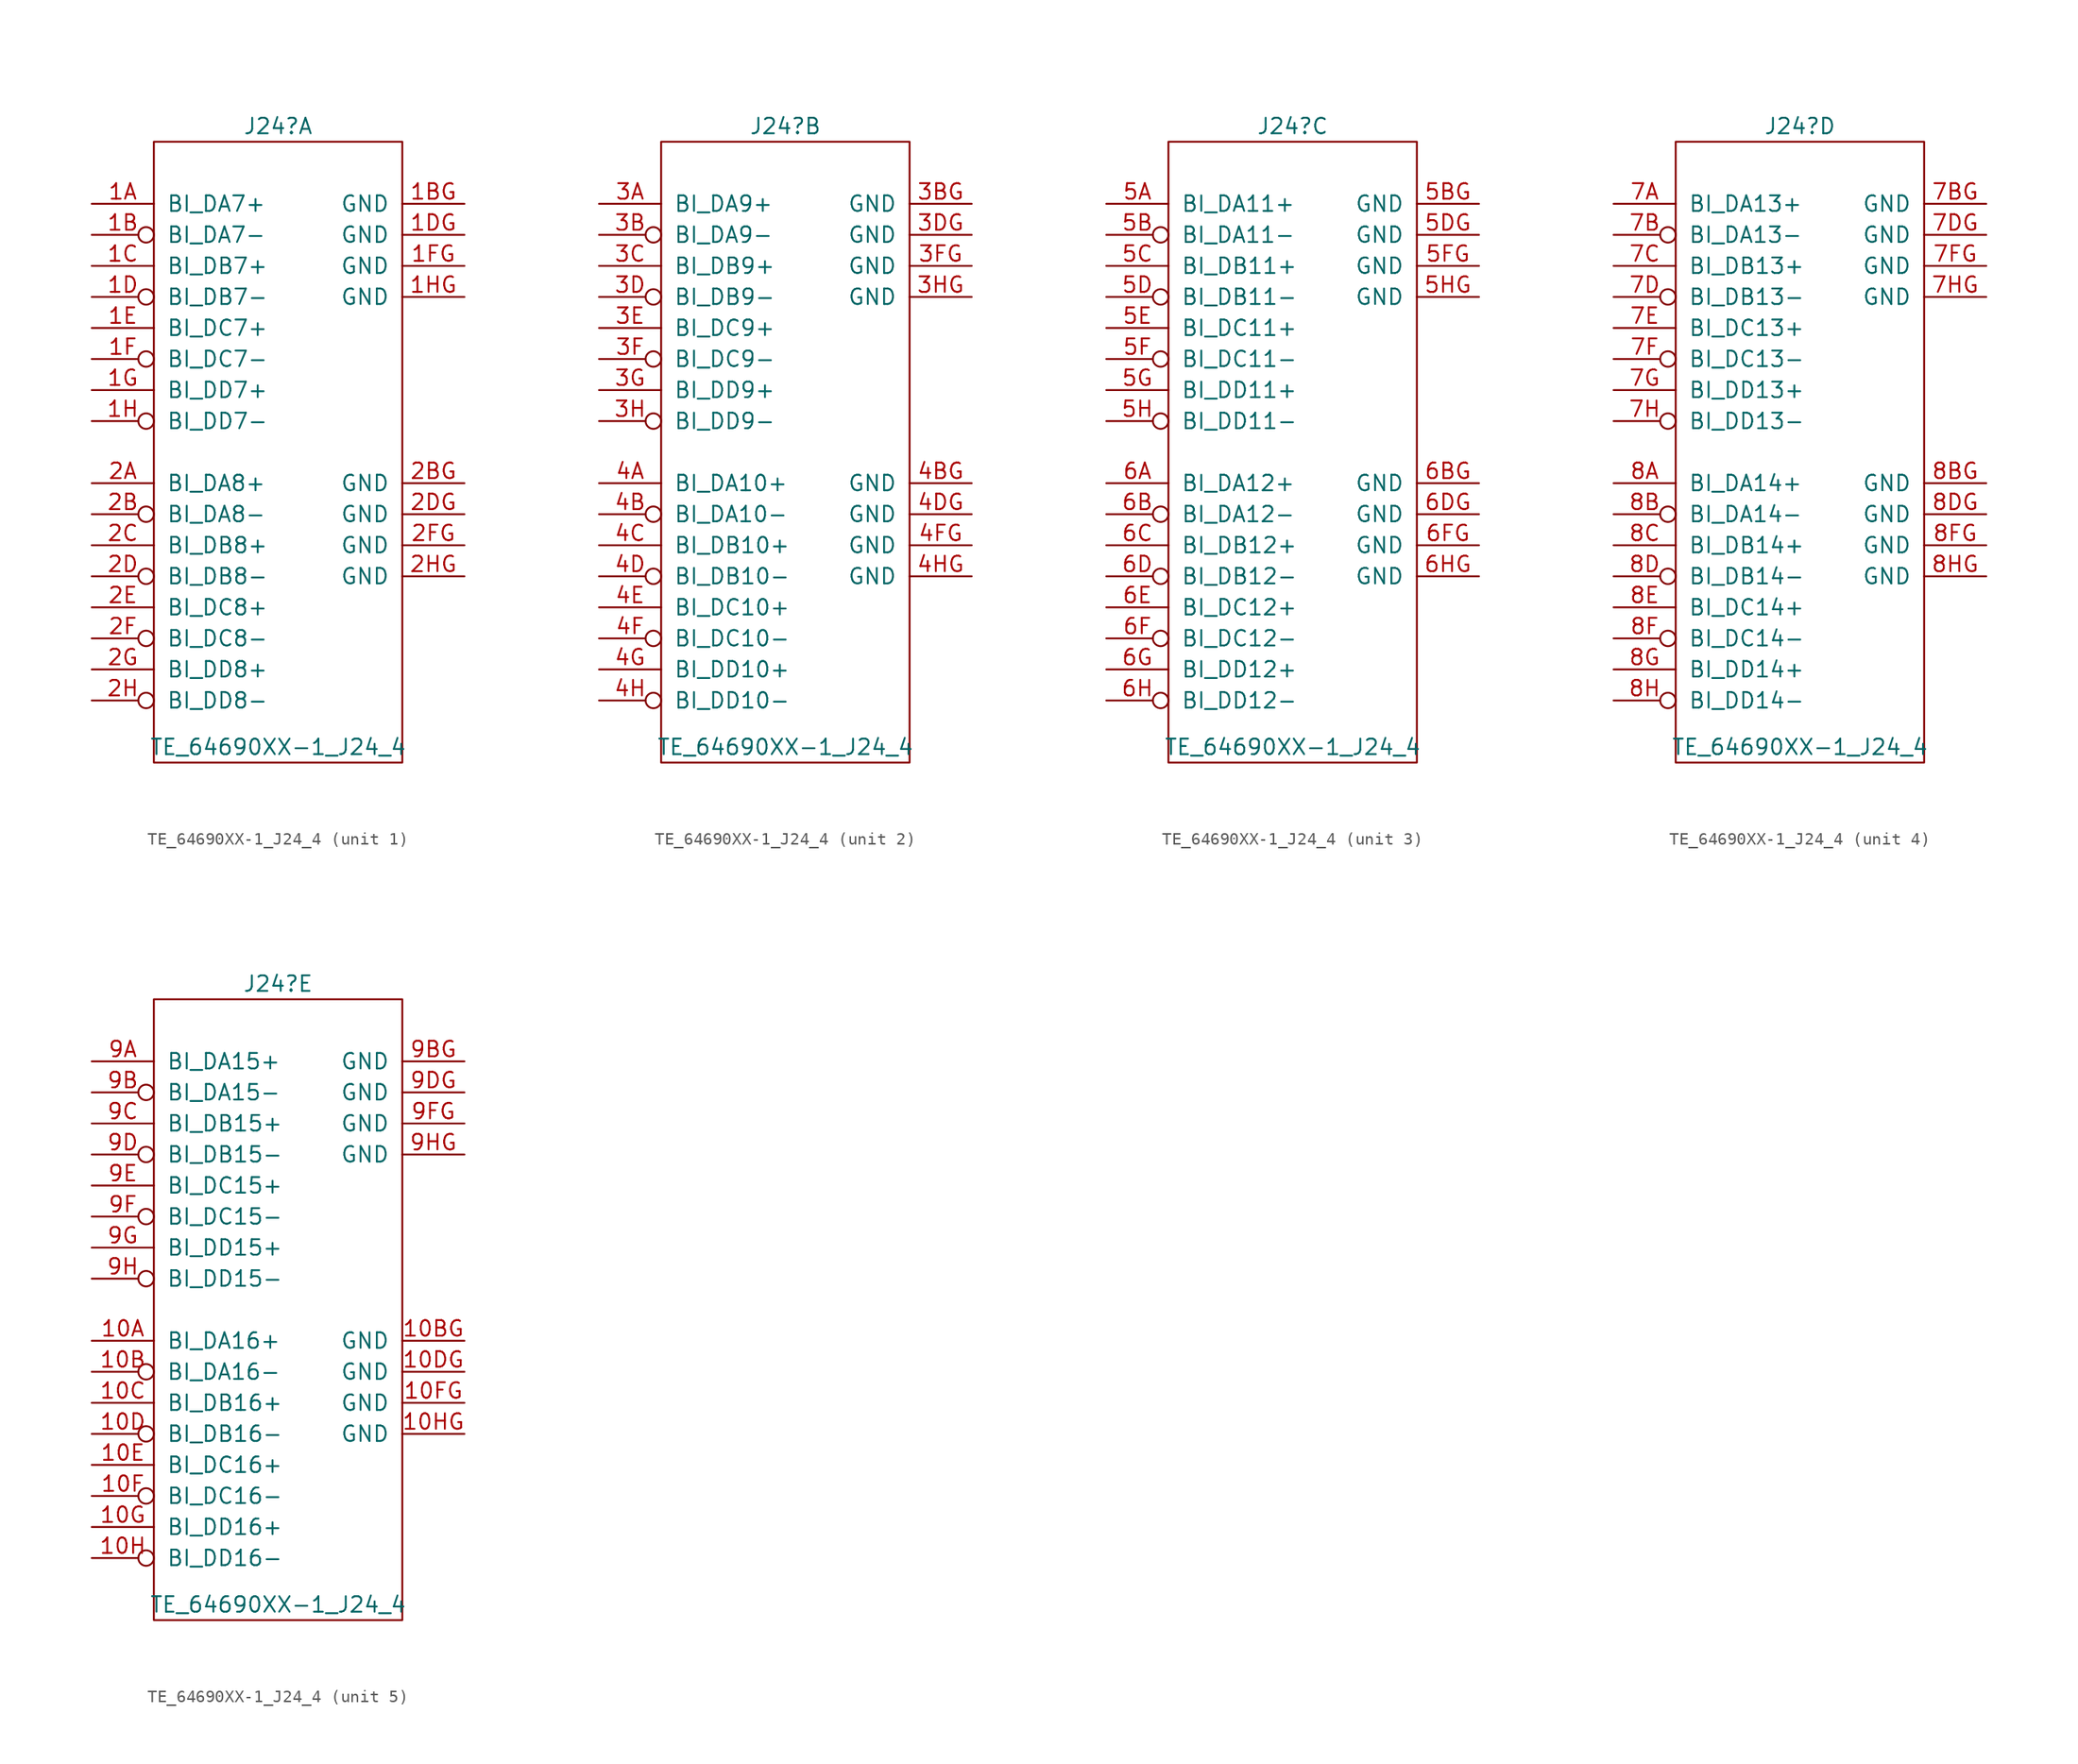
<source format=kicad_sym>
(kicad_symbol_lib
  (version 20220914)
  (generator kicad_symbol_editor)
  (symbol "TE_64690XX-1_J24_4"
    (pin_names
      (offset 1.016))
    (property "Reference" "J24"
      (at 0 26.67 0)
      (effects (font (size 1.27 1.27))))
    (property "Value" "TE_64690XX-1_J24_4"
      (at 0 -24.13 0)
      (effects (font (size 1.27 1.27))))
    (property "ki_locked" ""
      (at 0 0 0)
      (effects (font (size 1.27 1.27))))
    (symbol "TE_64690XX-1_J24_4_1_1"
      (rectangle (start -10.16 25.4) (end 10.16 -25.4) (stroke (width 0) (type default)) (fill (type none)))
      (pin bidirectional line (at -15.24 20.32 0) (length 5.08) (name "BI_DA7+" (effects (font (size 1.27 1.27)))) (number "1A" (effects (font (size 1.27 1.27)))))
      (pin bidirectional inverted (at -15.24 17.78 0) (length 5.08) (name "BI_DA7-" (effects (font (size 1.27 1.27)))) (number "1B" (effects (font (size 1.27 1.27)))))
      (pin passive line (at 15.24 20.32 180) (length 5.08) (name "GND" (effects (font (size 1.27 1.27)))) (number "1BG" (effects (font (size 1.27 1.27)))))
      (pin bidirectional line (at -15.24 15.24 0) (length 5.08) (name "BI_DB7+" (effects (font (size 1.27 1.27)))) (number "1C" (effects (font (size 1.27 1.27)))))
      (pin bidirectional inverted (at -15.24 12.7 0) (length 5.08) (name "BI_DB7-" (effects (font (size 1.27 1.27)))) (number "1D" (effects (font (size 1.27 1.27)))))
      (pin passive line (at 15.24 17.78 180) (length 5.08) (name "GND" (effects (font (size 1.27 1.27)))) (number "1DG" (effects (font (size 1.27 1.27)))))
      (pin bidirectional line (at -15.24 10.16 0) (length 5.08) (name "BI_DC7+" (effects (font (size 1.27 1.27)))) (number "1E" (effects (font (size 1.27 1.27)))))
      (pin bidirectional inverted (at -15.24 7.62 0) (length 5.08) (name "BI_DC7-" (effects (font (size 1.27 1.27)))) (number "1F" (effects (font (size 1.27 1.27)))))
      (pin passive line (at 15.24 15.24 180) (length 5.08) (name "GND" (effects (font (size 1.27 1.27)))) (number "1FG" (effects (font (size 1.27 1.27)))))
      (pin bidirectional line (at -15.24 5.08 0) (length 5.08) (name "BI_DD7+" (effects (font (size 1.27 1.27)))) (number "1G" (effects (font (size 1.27 1.27)))))
      (pin bidirectional inverted (at -15.24 2.54 0) (length 5.08) (name "BI_DD7-" (effects (font (size 1.27 1.27)))) (number "1H" (effects (font (size 1.27 1.27)))))
      (pin passive line (at 15.24 12.7 180) (length 5.08) (name "GND" (effects (font (size 1.27 1.27)))) (number "1HG" (effects (font (size 1.27 1.27)))))
      (pin bidirectional line (at -15.24 -2.54 0) (length 5.08) (name "BI_DA8+" (effects (font (size 1.27 1.27)))) (number "2A" (effects (font (size 1.27 1.27)))))
      (pin bidirectional inverted (at -15.24 -5.08 0) (length 5.08) (name "BI_DA8-" (effects (font (size 1.27 1.27)))) (number "2B" (effects (font (size 1.27 1.27)))))
      (pin passive line (at 15.24 -2.54 180) (length 5.08) (name "GND" (effects (font (size 1.27 1.27)))) (number "2BG" (effects (font (size 1.27 1.27)))))
      (pin bidirectional line (at -15.24 -7.62 0) (length 5.08) (name "BI_DB8+" (effects (font (size 1.27 1.27)))) (number "2C" (effects (font (size 1.27 1.27)))))
      (pin bidirectional inverted (at -15.24 -10.16 0) (length 5.08) (name "BI_DB8-" (effects (font (size 1.27 1.27)))) (number "2D" (effects (font (size 1.27 1.27)))))
      (pin passive line (at 15.24 -5.08 180) (length 5.08) (name "GND" (effects (font (size 1.27 1.27)))) (number "2DG" (effects (font (size 1.27 1.27)))))
      (pin bidirectional line (at -15.24 -12.7 0) (length 5.08) (name "BI_DC8+" (effects (font (size 1.27 1.27)))) (number "2E" (effects (font (size 1.27 1.27)))))
      (pin bidirectional inverted (at -15.24 -15.24 0) (length 5.08) (name "BI_DC8-" (effects (font (size 1.27 1.27)))) (number "2F" (effects (font (size 1.27 1.27)))))
      (pin passive line (at 15.24 -7.62 180) (length 5.08) (name "GND" (effects (font (size 1.27 1.27)))) (number "2FG" (effects (font (size 1.27 1.27)))))
      (pin bidirectional line (at -15.24 -17.78 0) (length 5.08) (name "BI_DD8+" (effects (font (size 1.27 1.27)))) (number "2G" (effects (font (size 1.27 1.27)))))
      (pin bidirectional inverted (at -15.24 -20.32 0) (length 5.08) (name "BI_DD8-" (effects (font (size 1.27 1.27)))) (number "2H" (effects (font (size 1.27 1.27)))))
      (pin passive line (at 15.24 -10.16 180) (length 5.08) (name "GND" (effects (font (size 1.27 1.27)))) (number "2HG" (effects (font (size 1.27 1.27))))))
    (symbol "TE_64690XX-1_J24_4_2_1"
      (rectangle (start -10.16 25.4) (end 10.16 -25.4) (stroke (width 0) (type default)) (fill (type none)))
      (pin bidirectional line (at -15.24 20.32 0) (length 5.08) (name "BI_DA9+" (effects (font (size 1.27 1.27)))) (number "3A" (effects (font (size 1.27 1.27)))))
      (pin bidirectional inverted (at -15.24 17.78 0) (length 5.08) (name "BI_DA9-" (effects (font (size 1.27 1.27)))) (number "3B" (effects (font (size 1.27 1.27)))))
      (pin passive line (at 15.24 20.32 180) (length 5.08) (name "GND" (effects (font (size 1.27 1.27)))) (number "3BG" (effects (font (size 1.27 1.27)))))
      (pin bidirectional line (at -15.24 15.24 0) (length 5.08) (name "BI_DB9+" (effects (font (size 1.27 1.27)))) (number "3C" (effects (font (size 1.27 1.27)))))
      (pin bidirectional inverted (at -15.24 12.7 0) (length 5.08) (name "BI_DB9-" (effects (font (size 1.27 1.27)))) (number "3D" (effects (font (size 1.27 1.27)))))
      (pin passive line (at 15.24 17.78 180) (length 5.08) (name "GND" (effects (font (size 1.27 1.27)))) (number "3DG" (effects (font (size 1.27 1.27)))))
      (pin bidirectional line (at -15.24 10.16 0) (length 5.08) (name "BI_DC9+" (effects (font (size 1.27 1.27)))) (number "3E" (effects (font (size 1.27 1.27)))))
      (pin bidirectional inverted (at -15.24 7.62 0) (length 5.08) (name "BI_DC9-" (effects (font (size 1.27 1.27)))) (number "3F" (effects (font (size 1.27 1.27)))))
      (pin passive line (at 15.24 15.24 180) (length 5.08) (name "GND" (effects (font (size 1.27 1.27)))) (number "3FG" (effects (font (size 1.27 1.27)))))
      (pin bidirectional line (at -15.24 5.08 0) (length 5.08) (name "BI_DD9+" (effects (font (size 1.27 1.27)))) (number "3G" (effects (font (size 1.27 1.27)))))
      (pin bidirectional inverted (at -15.24 2.54 0) (length 5.08) (name "BI_DD9-" (effects (font (size 1.27 1.27)))) (number "3H" (effects (font (size 1.27 1.27)))))
      (pin passive line (at 15.24 12.7 180) (length 5.08) (name "GND" (effects (font (size 1.27 1.27)))) (number "3HG" (effects (font (size 1.27 1.27)))))
      (pin bidirectional line (at -15.24 -2.54 0) (length 5.08) (name "BI_DA10+" (effects (font (size 1.27 1.27)))) (number "4A" (effects (font (size 1.27 1.27)))))
      (pin bidirectional inverted (at -15.24 -5.08 0) (length 5.08) (name "BI_DA10-" (effects (font (size 1.27 1.27)))) (number "4B" (effects (font (size 1.27 1.27)))))
      (pin passive line (at 15.24 -2.54 180) (length 5.08) (name "GND" (effects (font (size 1.27 1.27)))) (number "4BG" (effects (font (size 1.27 1.27)))))
      (pin bidirectional line (at -15.24 -7.62 0) (length 5.08) (name "BI_DB10+" (effects (font (size 1.27 1.27)))) (number "4C" (effects (font (size 1.27 1.27)))))
      (pin bidirectional inverted (at -15.24 -10.16 0) (length 5.08) (name "BI_DB10-" (effects (font (size 1.27 1.27)))) (number "4D" (effects (font (size 1.27 1.27)))))
      (pin passive line (at 15.24 -5.08 180) (length 5.08) (name "GND" (effects (font (size 1.27 1.27)))) (number "4DG" (effects (font (size 1.27 1.27)))))
      (pin bidirectional line (at -15.24 -12.7 0) (length 5.08) (name "BI_DC10+" (effects (font (size 1.27 1.27)))) (number "4E" (effects (font (size 1.27 1.27)))))
      (pin bidirectional inverted (at -15.24 -15.24 0) (length 5.08) (name "BI_DC10-" (effects (font (size 1.27 1.27)))) (number "4F" (effects (font (size 1.27 1.27)))))
      (pin passive line (at 15.24 -7.62 180) (length 5.08) (name "GND" (effects (font (size 1.27 1.27)))) (number "4FG" (effects (font (size 1.27 1.27)))))
      (pin bidirectional line (at -15.24 -17.78 0) (length 5.08) (name "BI_DD10+" (effects (font (size 1.27 1.27)))) (number "4G" (effects (font (size 1.27 1.27)))))
      (pin bidirectional inverted (at -15.24 -20.32 0) (length 5.08) (name "BI_DD10-" (effects (font (size 1.27 1.27)))) (number "4H" (effects (font (size 1.27 1.27)))))
      (pin passive line (at 15.24 -10.16 180) (length 5.08) (name "GND" (effects (font (size 1.27 1.27)))) (number "4HG" (effects (font (size 1.27 1.27))))))
    (symbol "TE_64690XX-1_J24_4_3_1"
      (rectangle (start -10.16 25.4) (end 10.16 -25.4) (stroke (width 0) (type default)) (fill (type none)))
      (pin bidirectional line (at -15.24 20.32 0) (length 5.08) (name "BI_DA11+" (effects (font (size 1.27 1.27)))) (number "5A" (effects (font (size 1.27 1.27)))))
      (pin bidirectional inverted (at -15.24 17.78 0) (length 5.08) (name "BI_DA11-" (effects (font (size 1.27 1.27)))) (number "5B" (effects (font (size 1.27 1.27)))))
      (pin passive line (at 15.24 20.32 180) (length 5.08) (name "GND" (effects (font (size 1.27 1.27)))) (number "5BG" (effects (font (size 1.27 1.27)))))
      (pin bidirectional line (at -15.24 15.24 0) (length 5.08) (name "BI_DB11+" (effects (font (size 1.27 1.27)))) (number "5C" (effects (font (size 1.27 1.27)))))
      (pin bidirectional inverted (at -15.24 12.7 0) (length 5.08) (name "BI_DB11-" (effects (font (size 1.27 1.27)))) (number "5D" (effects (font (size 1.27 1.27)))))
      (pin passive line (at 15.24 17.78 180) (length 5.08) (name "GND" (effects (font (size 1.27 1.27)))) (number "5DG" (effects (font (size 1.27 1.27)))))
      (pin bidirectional line (at -15.24 10.16 0) (length 5.08) (name "BI_DC11+" (effects (font (size 1.27 1.27)))) (number "5E" (effects (font (size 1.27 1.27)))))
      (pin bidirectional inverted (at -15.24 7.62 0) (length 5.08) (name "BI_DC11-" (effects (font (size 1.27 1.27)))) (number "5F" (effects (font (size 1.27 1.27)))))
      (pin passive line (at 15.24 15.24 180) (length 5.08) (name "GND" (effects (font (size 1.27 1.27)))) (number "5FG" (effects (font (size 1.27 1.27)))))
      (pin bidirectional line (at -15.24 5.08 0) (length 5.08) (name "BI_DD11+" (effects (font (size 1.27 1.27)))) (number "5G" (effects (font (size 1.27 1.27)))))
      (pin bidirectional inverted (at -15.24 2.54 0) (length 5.08) (name "BI_DD11-" (effects (font (size 1.27 1.27)))) (number "5H" (effects (font (size 1.27 1.27)))))
      (pin passive line (at 15.24 12.7 180) (length 5.08) (name "GND" (effects (font (size 1.27 1.27)))) (number "5HG" (effects (font (size 1.27 1.27)))))
      (pin bidirectional line (at -15.24 -2.54 0) (length 5.08) (name "BI_DA12+" (effects (font (size 1.27 1.27)))) (number "6A" (effects (font (size 1.27 1.27)))))
      (pin bidirectional inverted (at -15.24 -5.08 0) (length 5.08) (name "BI_DA12-" (effects (font (size 1.27 1.27)))) (number "6B" (effects (font (size 1.27 1.27)))))
      (pin passive line (at 15.24 -2.54 180) (length 5.08) (name "GND" (effects (font (size 1.27 1.27)))) (number "6BG" (effects (font (size 1.27 1.27)))))
      (pin bidirectional line (at -15.24 -7.62 0) (length 5.08) (name "BI_DB12+" (effects (font (size 1.27 1.27)))) (number "6C" (effects (font (size 1.27 1.27)))))
      (pin bidirectional inverted (at -15.24 -10.16 0) (length 5.08) (name "BI_DB12-" (effects (font (size 1.27 1.27)))) (number "6D" (effects (font (size 1.27 1.27)))))
      (pin passive line (at 15.24 -5.08 180) (length 5.08) (name "GND" (effects (font (size 1.27 1.27)))) (number "6DG" (effects (font (size 1.27 1.27)))))
      (pin bidirectional line (at -15.24 -12.7 0) (length 5.08) (name "BI_DC12+" (effects (font (size 1.27 1.27)))) (number "6E" (effects (font (size 1.27 1.27)))))
      (pin bidirectional inverted (at -15.24 -15.24 0) (length 5.08) (name "BI_DC12-" (effects (font (size 1.27 1.27)))) (number "6F" (effects (font (size 1.27 1.27)))))
      (pin passive line (at 15.24 -7.62 180) (length 5.08) (name "GND" (effects (font (size 1.27 1.27)))) (number "6FG" (effects (font (size 1.27 1.27)))))
      (pin bidirectional line (at -15.24 -17.78 0) (length 5.08) (name "BI_DD12+" (effects (font (size 1.27 1.27)))) (number "6G" (effects (font (size 1.27 1.27)))))
      (pin bidirectional inverted (at -15.24 -20.32 0) (length 5.08) (name "BI_DD12-" (effects (font (size 1.27 1.27)))) (number "6H" (effects (font (size 1.27 1.27)))))
      (pin passive line (at 15.24 -10.16 180) (length 5.08) (name "GND" (effects (font (size 1.27 1.27)))) (number "6HG" (effects (font (size 1.27 1.27))))))
    (symbol "TE_64690XX-1_J24_4_4_1"
      (rectangle (start -10.16 25.4) (end 10.16 -25.4) (stroke (width 0) (type default)) (fill (type none)))
      (pin bidirectional line (at -15.24 20.32 0) (length 5.08) (name "BI_DA13+" (effects (font (size 1.27 1.27)))) (number "7A" (effects (font (size 1.27 1.27)))))
      (pin bidirectional inverted (at -15.24 17.78 0) (length 5.08) (name "BI_DA13-" (effects (font (size 1.27 1.27)))) (number "7B" (effects (font (size 1.27 1.27)))))
      (pin passive line (at 15.24 20.32 180) (length 5.08) (name "GND" (effects (font (size 1.27 1.27)))) (number "7BG" (effects (font (size 1.27 1.27)))))
      (pin bidirectional line (at -15.24 15.24 0) (length 5.08) (name "BI_DB13+" (effects (font (size 1.27 1.27)))) (number "7C" (effects (font (size 1.27 1.27)))))
      (pin bidirectional inverted (at -15.24 12.7 0) (length 5.08) (name "BI_DB13-" (effects (font (size 1.27 1.27)))) (number "7D" (effects (font (size 1.27 1.27)))))
      (pin passive line (at 15.24 17.78 180) (length 5.08) (name "GND" (effects (font (size 1.27 1.27)))) (number "7DG" (effects (font (size 1.27 1.27)))))
      (pin bidirectional line (at -15.24 10.16 0) (length 5.08) (name "BI_DC13+" (effects (font (size 1.27 1.27)))) (number "7E" (effects (font (size 1.27 1.27)))))
      (pin bidirectional inverted (at -15.24 7.62 0) (length 5.08) (name "BI_DC13-" (effects (font (size 1.27 1.27)))) (number "7F" (effects (font (size 1.27 1.27)))))
      (pin passive line (at 15.24 15.24 180) (length 5.08) (name "GND" (effects (font (size 1.27 1.27)))) (number "7FG" (effects (font (size 1.27 1.27)))))
      (pin bidirectional line (at -15.24 5.08 0) (length 5.08) (name "BI_DD13+" (effects (font (size 1.27 1.27)))) (number "7G" (effects (font (size 1.27 1.27)))))
      (pin bidirectional inverted (at -15.24 2.54 0) (length 5.08) (name "BI_DD13-" (effects (font (size 1.27 1.27)))) (number "7H" (effects (font (size 1.27 1.27)))))
      (pin passive line (at 15.24 12.7 180) (length 5.08) (name "GND" (effects (font (size 1.27 1.27)))) (number "7HG" (effects (font (size 1.27 1.27)))))
      (pin bidirectional line (at -15.24 -2.54 0) (length 5.08) (name "BI_DA14+" (effects (font (size 1.27 1.27)))) (number "8A" (effects (font (size 1.27 1.27)))))
      (pin bidirectional inverted (at -15.24 -5.08 0) (length 5.08) (name "BI_DA14-" (effects (font (size 1.27 1.27)))) (number "8B" (effects (font (size 1.27 1.27)))))
      (pin passive line (at 15.24 -2.54 180) (length 5.08) (name "GND" (effects (font (size 1.27 1.27)))) (number "8BG" (effects (font (size 1.27 1.27)))))
      (pin bidirectional line (at -15.24 -7.62 0) (length 5.08) (name "BI_DB14+" (effects (font (size 1.27 1.27)))) (number "8C" (effects (font (size 1.27 1.27)))))
      (pin bidirectional inverted (at -15.24 -10.16 0) (length 5.08) (name "BI_DB14-" (effects (font (size 1.27 1.27)))) (number "8D" (effects (font (size 1.27 1.27)))))
      (pin passive line (at 15.24 -5.08 180) (length 5.08) (name "GND" (effects (font (size 1.27 1.27)))) (number "8DG" (effects (font (size 1.27 1.27)))))
      (pin bidirectional line (at -15.24 -12.7 0) (length 5.08) (name "BI_DC14+" (effects (font (size 1.27 1.27)))) (number "8E" (effects (font (size 1.27 1.27)))))
      (pin bidirectional inverted (at -15.24 -15.24 0) (length 5.08) (name "BI_DC14-" (effects (font (size 1.27 1.27)))) (number "8F" (effects (font (size 1.27 1.27)))))
      (pin passive line (at 15.24 -7.62 180) (length 5.08) (name "GND" (effects (font (size 1.27 1.27)))) (number "8FG" (effects (font (size 1.27 1.27)))))
      (pin bidirectional line (at -15.24 -17.78 0) (length 5.08) (name "BI_DD14+" (effects (font (size 1.27 1.27)))) (number "8G" (effects (font (size 1.27 1.27)))))
      (pin bidirectional inverted (at -15.24 -20.32 0) (length 5.08) (name "BI_DD14-" (effects (font (size 1.27 1.27)))) (number "8H" (effects (font (size 1.27 1.27)))))
      (pin passive line (at 15.24 -10.16 180) (length 5.08) (name "GND" (effects (font (size 1.27 1.27)))) (number "8HG" (effects (font (size 1.27 1.27))))))
    (symbol "TE_64690XX-1_J24_4_5_1"
      (rectangle (start -10.16 25.4) (end 10.16 -25.4) (stroke (width 0) (type default)) (fill (type none)))
      (pin bidirectional line (at -15.24 -2.54 0) (length 5.08) (name "BI_DA16+" (effects (font (size 1.27 1.27)))) (number "10A" (effects (font (size 1.27 1.27)))))
      (pin bidirectional inverted (at -15.24 -5.08 0) (length 5.08) (name "BI_DA16-" (effects (font (size 1.27 1.27)))) (number "10B" (effects (font (size 1.27 1.27)))))
      (pin passive line (at 15.24 -2.54 180) (length 5.08) (name "GND" (effects (font (size 1.27 1.27)))) (number "10BG" (effects (font (size 1.27 1.27)))))
      (pin bidirectional line (at -15.24 -7.62 0) (length 5.08) (name "BI_DB16+" (effects (font (size 1.27 1.27)))) (number "10C" (effects (font (size 1.27 1.27)))))
      (pin bidirectional inverted (at -15.24 -10.16 0) (length 5.08) (name "BI_DB16-" (effects (font (size 1.27 1.27)))) (number "10D" (effects (font (size 1.27 1.27)))))
      (pin passive line (at 15.24 -5.08 180) (length 5.08) (name "GND" (effects (font (size 1.27 1.27)))) (number "10DG" (effects (font (size 1.27 1.27)))))
      (pin bidirectional line (at -15.24 -12.7 0) (length 5.08) (name "BI_DC16+" (effects (font (size 1.27 1.27)))) (number "10E" (effects (font (size 1.27 1.27)))))
      (pin bidirectional inverted (at -15.24 -15.24 0) (length 5.08) (name "BI_DC16-" (effects (font (size 1.27 1.27)))) (number "10F" (effects (font (size 1.27 1.27)))))
      (pin passive line (at 15.24 -7.62 180) (length 5.08) (name "GND" (effects (font (size 1.27 1.27)))) (number "10FG" (effects (font (size 1.27 1.27)))))
      (pin bidirectional line (at -15.24 -17.78 0) (length 5.08) (name "BI_DD16+" (effects (font (size 1.27 1.27)))) (number "10G" (effects (font (size 1.27 1.27)))))
      (pin bidirectional inverted (at -15.24 -20.32 0) (length 5.08) (name "BI_DD16-" (effects (font (size 1.27 1.27)))) (number "10H" (effects (font (size 1.27 1.27)))))
      (pin passive line (at 15.24 -10.16 180) (length 5.08) (name "GND" (effects (font (size 1.27 1.27)))) (number "10HG" (effects (font (size 1.27 1.27)))))
      (pin bidirectional line (at -15.24 20.32 0) (length 5.08) (name "BI_DA15+" (effects (font (size 1.27 1.27)))) (number "9A" (effects (font (size 1.27 1.27)))))
      (pin bidirectional inverted (at -15.24 17.78 0) (length 5.08) (name "BI_DA15-" (effects (font (size 1.27 1.27)))) (number "9B" (effects (font (size 1.27 1.27)))))
      (pin passive line (at 15.24 20.32 180) (length 5.08) (name "GND" (effects (font (size 1.27 1.27)))) (number "9BG" (effects (font (size 1.27 1.27)))))
      (pin bidirectional line (at -15.24 15.24 0) (length 5.08) (name "BI_DB15+" (effects (font (size 1.27 1.27)))) (number "9C" (effects (font (size 1.27 1.27)))))
      (pin bidirectional inverted (at -15.24 12.7 0) (length 5.08) (name "BI_DB15-" (effects (font (size 1.27 1.27)))) (number "9D" (effects (font (size 1.27 1.27)))))
      (pin passive line (at 15.24 17.78 180) (length 5.08) (name "GND" (effects (font (size 1.27 1.27)))) (number "9DG" (effects (font (size 1.27 1.27)))))
      (pin bidirectional line (at -15.24 10.16 0) (length 5.08) (name "BI_DC15+" (effects (font (size 1.27 1.27)))) (number "9E" (effects (font (size 1.27 1.27)))))
      (pin bidirectional inverted (at -15.24 7.62 0) (length 5.08) (name "BI_DC15-" (effects (font (size 1.27 1.27)))) (number "9F" (effects (font (size 1.27 1.27)))))
      (pin passive line (at 15.24 15.24 180) (length 5.08) (name "GND" (effects (font (size 1.27 1.27)))) (number "9FG" (effects (font (size 1.27 1.27)))))
      (pin bidirectional line (at -15.24 5.08 0) (length 5.08) (name "BI_DD15+" (effects (font (size 1.27 1.27)))) (number "9G" (effects (font (size 1.27 1.27)))))
      (pin bidirectional inverted (at -15.24 2.54 0) (length 5.08) (name "BI_DD15-" (effects (font (size 1.27 1.27)))) (number "9H" (effects (font (size 1.27 1.27)))))
      (pin passive line (at 15.24 12.7 180) (length 5.08) (name "GND" (effects (font (size 1.27 1.27)))) (number "9HG" (effects (font (size 1.27 1.27))))))))
</source>
